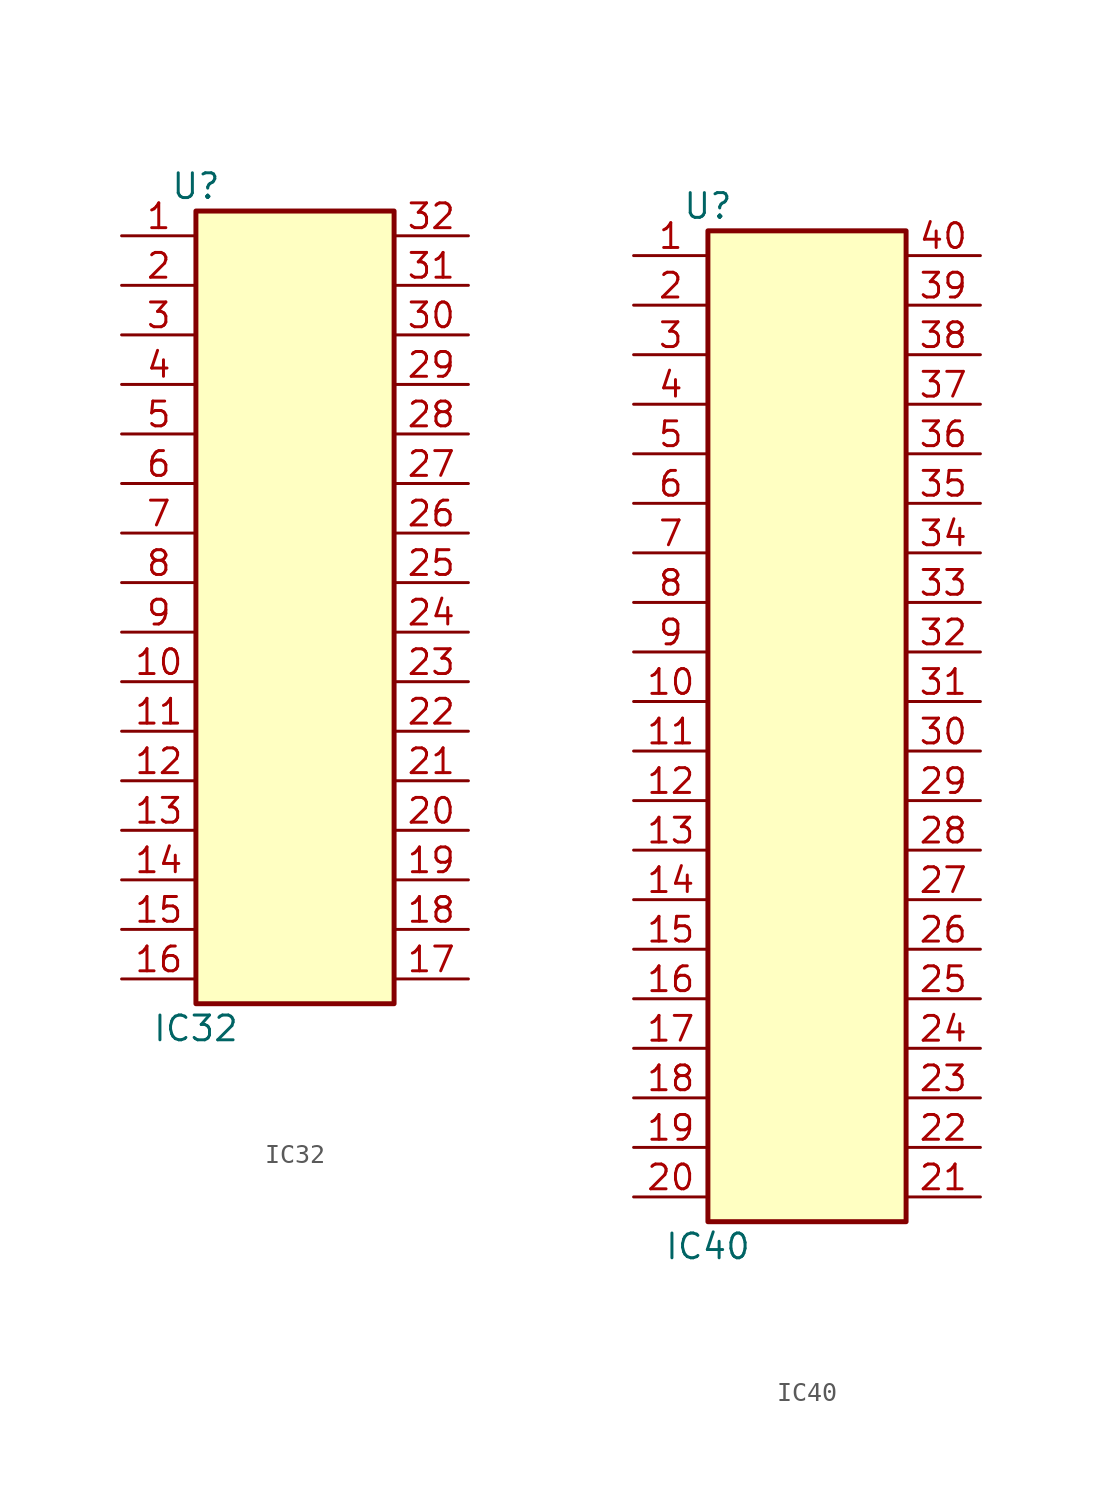
<source format=kicad_sym>
(kicad_symbol_lib
  (version 20211014)
  (generator kicad_symbol_editor)
  (symbol "IC32"
    (property "Reference" "U"
      (at -5.08 20.32 0)
      (effects (font (size 1.27 1.27))))
    (property "Value" "IC32"
      (at -5.08 -22.86 0)
      (effects (font (size 1.27 1.27))))
    (symbol "IC32_1_1"
      (rectangle (start -5.08 19.05) (end 5.08 -21.59) (stroke (width 0.254) (type default) (color 0 0 0 0)) (fill (type background)))
      (pin passive line (at -8.89 17.78 0) (length 3.81) (name "~" (effects (font (size 1.27 1.27)))) (number "1" (effects (font (size 1.27 1.27)))))
      (pin passive line (at -8.89 -5.08 0) (length 3.81) (name "~" (effects (font (size 1.27 1.27)))) (number "10" (effects (font (size 1.27 1.27)))))
      (pin passive line (at -8.89 -7.62 0) (length 3.81) (name "~" (effects (font (size 1.27 1.27)))) (number "11" (effects (font (size 1.27 1.27)))))
      (pin passive line (at -8.89 -10.16 0) (length 3.81) (name "~" (effects (font (size 1.27 1.27)))) (number "12" (effects (font (size 1.27 1.27)))))
      (pin passive line (at -8.89 -12.7 0) (length 3.81) (name "~" (effects (font (size 1.27 1.27)))) (number "13" (effects (font (size 1.27 1.27)))))
      (pin passive line (at -8.89 -15.24 0) (length 3.81) (name "~" (effects (font (size 1.27 1.27)))) (number "14" (effects (font (size 1.27 1.27)))))
      (pin passive line (at -8.89 -17.78 0) (length 3.81) (name "~" (effects (font (size 1.27 1.27)))) (number "15" (effects (font (size 1.27 1.27)))))
      (pin passive line (at -8.89 -20.32 0) (length 3.81) (name "~" (effects (font (size 1.27 1.27)))) (number "16" (effects (font (size 1.27 1.27)))))
      (pin passive line (at 8.89 -20.32 180) (length 3.81) (name "~" (effects (font (size 1.27 1.27)))) (number "17" (effects (font (size 1.27 1.27)))))
      (pin passive line (at 8.89 -17.78 180) (length 3.81) (name "~" (effects (font (size 1.27 1.27)))) (number "18" (effects (font (size 1.27 1.27)))))
      (pin passive line (at 8.89 -15.24 180) (length 3.81) (name "~" (effects (font (size 1.27 1.27)))) (number "19" (effects (font (size 1.27 1.27)))))
      (pin passive line (at -8.89 15.24 0) (length 3.81) (name "~" (effects (font (size 1.27 1.27)))) (number "2" (effects (font (size 1.27 1.27)))))
      (pin passive line (at 8.89 -12.7 180) (length 3.81) (name "~" (effects (font (size 1.27 1.27)))) (number "20" (effects (font (size 1.27 1.27)))))
      (pin passive line (at 8.89 -10.16 180) (length 3.81) (name "~" (effects (font (size 1.27 1.27)))) (number "21" (effects (font (size 1.27 1.27)))))
      (pin passive line (at 8.89 -7.62 180) (length 3.81) (name "~" (effects (font (size 1.27 1.27)))) (number "22" (effects (font (size 1.27 1.27)))))
      (pin passive line (at 8.89 -5.08 180) (length 3.81) (name "~" (effects (font (size 1.27 1.27)))) (number "23" (effects (font (size 1.27 1.27)))))
      (pin passive line (at 8.89 -2.54 180) (length 3.81) (name "~" (effects (font (size 1.27 1.27)))) (number "24" (effects (font (size 1.27 1.27)))))
      (pin passive line (at 8.89 0 180) (length 3.81) (name "~" (effects (font (size 1.27 1.27)))) (number "25" (effects (font (size 1.27 1.27)))))
      (pin passive line (at 8.89 2.54 180) (length 3.81) (name "~" (effects (font (size 1.27 1.27)))) (number "26" (effects (font (size 1.27 1.27)))))
      (pin passive line (at 8.89 5.08 180) (length 3.81) (name "~" (effects (font (size 1.27 1.27)))) (number "27" (effects (font (size 1.27 1.27)))))
      (pin passive line (at 8.89 7.62 180) (length 3.81) (name "~" (effects (font (size 1.27 1.27)))) (number "28" (effects (font (size 1.27 1.27)))))
      (pin passive line (at 8.89 10.16 180) (length 3.81) (name "~" (effects (font (size 1.27 1.27)))) (number "29" (effects (font (size 1.27 1.27)))))
      (pin passive line (at -8.89 12.7 0) (length 3.81) (name "~" (effects (font (size 1.27 1.27)))) (number "3" (effects (font (size 1.27 1.27)))))
      (pin passive line (at 8.89 12.7 180) (length 3.81) (name "~" (effects (font (size 1.27 1.27)))) (number "30" (effects (font (size 1.27 1.27)))))
      (pin passive line (at 8.89 15.24 180) (length 3.81) (name "~" (effects (font (size 1.27 1.27)))) (number "31" (effects (font (size 1.27 1.27)))))
      (pin passive line (at 8.89 17.78 180) (length 3.81) (name "~" (effects (font (size 1.27 1.27)))) (number "32" (effects (font (size 1.27 1.27)))))
      (pin passive line (at -8.89 10.16 0) (length 3.81) (name "~" (effects (font (size 1.27 1.27)))) (number "4" (effects (font (size 1.27 1.27)))))
      (pin passive line (at -8.89 7.62 0) (length 3.81) (name "~" (effects (font (size 1.27 1.27)))) (number "5" (effects (font (size 1.27 1.27)))))
      (pin passive line (at -8.89 5.08 0) (length 3.81) (name "~" (effects (font (size 1.27 1.27)))) (number "6" (effects (font (size 1.27 1.27)))))
      (pin passive line (at -8.89 2.54 0) (length 3.81) (name "~" (effects (font (size 1.27 1.27)))) (number "7" (effects (font (size 1.27 1.27)))))
      (pin passive line (at -8.89 0 0) (length 3.81) (name "~" (effects (font (size 1.27 1.27)))) (number "8" (effects (font (size 1.27 1.27)))))
      (pin passive line (at -8.89 -2.54 0) (length 3.81) (name "~" (effects (font (size 1.27 1.27)))) (number "9" (effects (font (size 1.27 1.27)))))))
  (symbol "IC40"
    (property "Reference" "U"
      (at -5.08 25.4 0)
      (effects (font (size 1.27 1.27))))
    (property "Value" "IC40"
      (at -5.08 -27.94 0)
      (effects (font (size 1.27 1.27))))
    (symbol "IC40_1_1"
      (rectangle (start -5.08 24.13) (end 5.08 -26.67) (stroke (width 0.254) (type default) (color 0 0 0 0)) (fill (type background)))
      (pin passive line (at -8.89 22.86 0) (length 3.81) (name "~" (effects (font (size 1.27 1.27)))) (number "1" (effects (font (size 1.27 1.27)))))
      (pin passive line (at -8.89 0 0) (length 3.81) (name "~" (effects (font (size 1.27 1.27)))) (number "10" (effects (font (size 1.27 1.27)))))
      (pin passive line (at -8.89 -2.54 0) (length 3.81) (name "~" (effects (font (size 1.27 1.27)))) (number "11" (effects (font (size 1.27 1.27)))))
      (pin passive line (at -8.89 -5.08 0) (length 3.81) (name "~" (effects (font (size 1.27 1.27)))) (number "12" (effects (font (size 1.27 1.27)))))
      (pin passive line (at -8.89 -7.62 0) (length 3.81) (name "~" (effects (font (size 1.27 1.27)))) (number "13" (effects (font (size 1.27 1.27)))))
      (pin passive line (at -8.89 -10.16 0) (length 3.81) (name "~" (effects (font (size 1.27 1.27)))) (number "14" (effects (font (size 1.27 1.27)))))
      (pin passive line (at -8.89 -12.7 0) (length 3.81) (name "~" (effects (font (size 1.27 1.27)))) (number "15" (effects (font (size 1.27 1.27)))))
      (pin passive line (at -8.89 -15.24 0) (length 3.81) (name "~" (effects (font (size 1.27 1.27)))) (number "16" (effects (font (size 1.27 1.27)))))
      (pin passive line (at -8.89 -17.78 0) (length 3.81) (name "~" (effects (font (size 1.27 1.27)))) (number "17" (effects (font (size 1.27 1.27)))))
      (pin passive line (at -8.89 -20.32 0) (length 3.81) (name "~" (effects (font (size 1.27 1.27)))) (number "18" (effects (font (size 1.27 1.27)))))
      (pin passive line (at -8.89 -22.86 0) (length 3.81) (name "~" (effects (font (size 1.27 1.27)))) (number "19" (effects (font (size 1.27 1.27)))))
      (pin passive line (at -8.89 20.32 0) (length 3.81) (name "~" (effects (font (size 1.27 1.27)))) (number "2" (effects (font (size 1.27 1.27)))))
      (pin passive line (at -8.89 -25.4 0) (length 3.81) (name "~" (effects (font (size 1.27 1.27)))) (number "20" (effects (font (size 1.27 1.27)))))
      (pin passive line (at 8.89 -25.4 180) (length 3.81) (name "~" (effects (font (size 1.27 1.27)))) (number "21" (effects (font (size 1.27 1.27)))))
      (pin passive line (at 8.89 -22.86 180) (length 3.81) (name "~" (effects (font (size 1.27 1.27)))) (number "22" (effects (font (size 1.27 1.27)))))
      (pin passive line (at 8.89 -20.32 180) (length 3.81) (name "~" (effects (font (size 1.27 1.27)))) (number "23" (effects (font (size 1.27 1.27)))))
      (pin passive line (at 8.89 -17.78 180) (length 3.81) (name "~" (effects (font (size 1.27 1.27)))) (number "24" (effects (font (size 1.27 1.27)))))
      (pin passive line (at 8.89 -15.24 180) (length 3.81) (name "~" (effects (font (size 1.27 1.27)))) (number "25" (effects (font (size 1.27 1.27)))))
      (pin passive line (at 8.89 -12.7 180) (length 3.81) (name "~" (effects (font (size 1.27 1.27)))) (number "26" (effects (font (size 1.27 1.27)))))
      (pin passive line (at 8.89 -10.16 180) (length 3.81) (name "~" (effects (font (size 1.27 1.27)))) (number "27" (effects (font (size 1.27 1.27)))))
      (pin passive line (at 8.89 -7.62 180) (length 3.81) (name "~" (effects (font (size 1.27 1.27)))) (number "28" (effects (font (size 1.27 1.27)))))
      (pin passive line (at 8.89 -5.08 180) (length 3.81) (name "~" (effects (font (size 1.27 1.27)))) (number "29" (effects (font (size 1.27 1.27)))))
      (pin passive line (at -8.89 17.78 0) (length 3.81) (name "~" (effects (font (size 1.27 1.27)))) (number "3" (effects (font (size 1.27 1.27)))))
      (pin passive line (at 8.89 -2.54 180) (length 3.81) (name "~" (effects (font (size 1.27 1.27)))) (number "30" (effects (font (size 1.27 1.27)))))
      (pin passive line (at 8.89 0 180) (length 3.81) (name "~" (effects (font (size 1.27 1.27)))) (number "31" (effects (font (size 1.27 1.27)))))
      (pin passive line (at 8.89 2.54 180) (length 3.81) (name "~" (effects (font (size 1.27 1.27)))) (number "32" (effects (font (size 1.27 1.27)))))
      (pin passive line (at 8.89 5.08 180) (length 3.81) (name "~" (effects (font (size 1.27 1.27)))) (number "33" (effects (font (size 1.27 1.27)))))
      (pin passive line (at 8.89 7.62 180) (length 3.81) (name "~" (effects (font (size 1.27 1.27)))) (number "34" (effects (font (size 1.27 1.27)))))
      (pin passive line (at 8.89 10.16 180) (length 3.81) (name "~" (effects (font (size 1.27 1.27)))) (number "35" (effects (font (size 1.27 1.27)))))
      (pin passive line (at 8.89 12.7 180) (length 3.81) (name "~" (effects (font (size 1.27 1.27)))) (number "36" (effects (font (size 1.27 1.27)))))
      (pin passive line (at 8.89 15.24 180) (length 3.81) (name "~" (effects (font (size 1.27 1.27)))) (number "37" (effects (font (size 1.27 1.27)))))
      (pin passive line (at 8.89 17.78 180) (length 3.81) (name "~" (effects (font (size 1.27 1.27)))) (number "38" (effects (font (size 1.27 1.27)))))
      (pin passive line (at 8.89 20.32 180) (length 3.81) (name "~" (effects (font (size 1.27 1.27)))) (number "39" (effects (font (size 1.27 1.27)))))
      (pin passive line (at -8.89 15.24 0) (length 3.81) (name "~" (effects (font (size 1.27 1.27)))) (number "4" (effects (font (size 1.27 1.27)))))
      (pin passive line (at 8.89 22.86 180) (length 3.81) (name "~" (effects (font (size 1.27 1.27)))) (number "40" (effects (font (size 1.27 1.27)))))
      (pin passive line (at -8.89 12.7 0) (length 3.81) (name "~" (effects (font (size 1.27 1.27)))) (number "5" (effects (font (size 1.27 1.27)))))
      (pin passive line (at -8.89 10.16 0) (length 3.81) (name "~" (effects (font (size 1.27 1.27)))) (number "6" (effects (font (size 1.27 1.27)))))
      (pin passive line (at -8.89 7.62 0) (length 3.81) (name "~" (effects (font (size 1.27 1.27)))) (number "7" (effects (font (size 1.27 1.27)))))
      (pin passive line (at -8.89 5.08 0) (length 3.81) (name "~" (effects (font (size 1.27 1.27)))) (number "8" (effects (font (size 1.27 1.27)))))
      (pin passive line (at -8.89 2.54 0) (length 3.81) (name "~" (effects (font (size 1.27 1.27)))) (number "9" (effects (font (size 1.27 1.27))))))))
</source>
